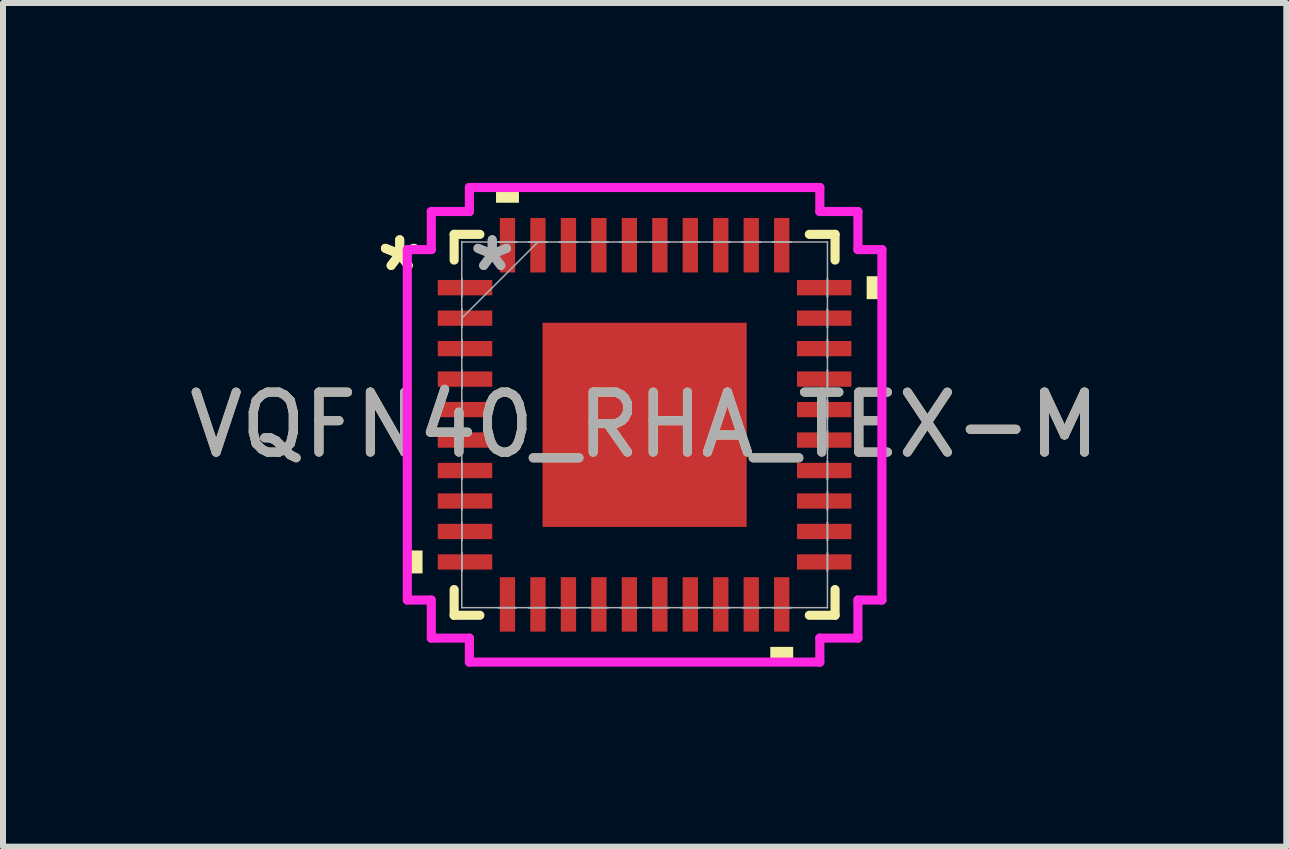
<source format=kicad_pcb>
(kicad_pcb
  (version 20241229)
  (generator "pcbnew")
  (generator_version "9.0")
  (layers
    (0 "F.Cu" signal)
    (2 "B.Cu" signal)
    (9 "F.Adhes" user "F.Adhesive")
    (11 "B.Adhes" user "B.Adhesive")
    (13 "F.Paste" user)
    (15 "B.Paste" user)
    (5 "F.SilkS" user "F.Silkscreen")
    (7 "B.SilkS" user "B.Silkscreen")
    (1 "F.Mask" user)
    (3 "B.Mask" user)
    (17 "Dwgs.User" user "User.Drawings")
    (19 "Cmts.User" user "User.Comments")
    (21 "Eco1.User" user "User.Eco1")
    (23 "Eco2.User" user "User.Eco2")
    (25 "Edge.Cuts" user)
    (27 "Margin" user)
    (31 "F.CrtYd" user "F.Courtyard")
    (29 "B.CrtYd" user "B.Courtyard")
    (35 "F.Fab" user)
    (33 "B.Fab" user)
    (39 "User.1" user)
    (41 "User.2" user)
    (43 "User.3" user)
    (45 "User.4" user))
  (footprint "VQFN40_RHA_TEX-M"
    (layer "F.Cu")
    (at 7.696 4.032)
    (property "Reference" "VQFN40_RHA_TEX-M" (at 0 0 0) (unlocked yes) (layer "F.SilkS") (effects (font (size 1 1) (thickness 0.15))))
    (attr smd)
    (fp_line (start -3.175 -3.175) (end -3.175 -2.746) (stroke (width 0.152) (type solid)) (layer "F.SilkS"))
    (fp_line (start -3.175 2.746) (end -3.175 3.175) (stroke (width 0.152) (type solid)) (layer "F.SilkS"))
    (fp_line (start -3.175 3.175) (end -2.746 3.175) (stroke (width 0.152) (type solid)) (layer "F.SilkS"))
    (fp_line (start -2.746 -3.175) (end -3.175 -3.175) (stroke (width 0.152) (type solid)) (layer "F.SilkS"))
    (fp_line (start 2.746 3.175) (end 3.175 3.175) (stroke (width 0.152) (type solid)) (layer "F.SilkS"))
    (fp_line (start 3.175 -3.175) (end 2.746 -3.175) (stroke (width 0.152) (type solid)) (layer "F.SilkS"))
    (fp_line (start 3.175 -2.746) (end 3.175 -3.175) (stroke (width 0.152) (type solid)) (layer "F.SilkS"))
    (fp_line (start 3.175 3.175) (end 3.175 2.746) (stroke (width 0.152) (type solid)) (layer "F.SilkS"))
    (fp_poly (pts (xy -3.956 2.095) (xy -3.956 2.477) (xy -3.702 2.477) (xy -3.702 2.095)) (stroke (width 0) (type solid)) (fill yes) (layer "F.SilkS"))
    (fp_poly (pts (xy -2.477 -3.702) (xy -2.477 -3.956) (xy -2.095 -3.956) (xy -2.095 -3.702)) (stroke (width 0) (type solid)) (fill yes) (layer "F.SilkS"))
    (fp_poly (pts (xy 2.095 3.702) (xy 2.095 3.956) (xy 2.477 3.956) (xy 2.477 3.702)) (stroke (width 0) (type solid)) (fill yes) (layer "F.SilkS"))
    (fp_poly (pts (xy 3.956 -2.477) (xy 3.956 -2.095) (xy 3.702 -2.095) (xy 3.702 -2.477)) (stroke (width 0) (type solid)) (fill yes) (layer "F.SilkS"))
    (fp_poly (pts (xy -1.602 -1.602) (xy -1.602 -0.1) (xy -0.1 -0.1) (xy -0.1 -1.602)) (stroke (width 0) (type solid)) (fill yes) (layer "F.Paste"))
    (fp_poly (pts (xy -1.602 0.1) (xy -1.602 1.602) (xy -0.1 1.602) (xy -0.1 0.1)) (stroke (width 0) (type solid)) (fill yes) (layer "F.Paste"))
    (fp_poly (pts (xy 0.1 -1.602) (xy 0.1 -0.1) (xy 1.602 -0.1) (xy 1.602 -1.602)) (stroke (width 0) (type solid)) (fill yes) (layer "F.Paste"))
    (fp_poly (pts (xy 0.1 0.1) (xy 0.1 1.602) (xy 1.602 1.602) (xy 1.602 0.1)) (stroke (width 0) (type solid)) (fill yes) (layer "F.Paste"))
    (fp_line (start -3.956 -2.921) (end -3.556 -2.921) (stroke (width 0.152) (type solid)) (layer "F.CrtYd"))
    (fp_line (start -3.956 2.921) (end -3.956 -2.921) (stroke (width 0.152) (type solid)) (layer "F.CrtYd"))
    (fp_line (start -3.556 -3.556) (end -2.921 -3.556) (stroke (width 0.152) (type solid)) (layer "F.CrtYd"))
    (fp_line (start -3.556 -2.921) (end -3.556 -3.556) (stroke (width 0.152) (type solid)) (layer "F.CrtYd"))
    (fp_line (start -3.556 2.921) (end -3.956 2.921) (stroke (width 0.152) (type solid)) (layer "F.CrtYd"))
    (fp_line (start -3.556 3.556) (end -3.556 2.921) (stroke (width 0.152) (type solid)) (layer "F.CrtYd"))
    (fp_line (start -2.921 -3.956) (end 2.921 -3.956) (stroke (width 0.152) (type solid)) (layer "F.CrtYd"))
    (fp_line (start -2.921 -3.556) (end -2.921 -3.956) (stroke (width 0.152) (type solid)) (layer "F.CrtYd"))
    (fp_line (start -2.921 3.556) (end -3.556 3.556) (stroke (width 0.152) (type solid)) (layer "F.CrtYd"))
    (fp_line (start -2.921 3.956) (end -2.921 3.556) (stroke (width 0.152) (type solid)) (layer "F.CrtYd"))
    (fp_line (start 2.921 -3.956) (end 2.921 -3.556) (stroke (width 0.152) (type solid)) (layer "F.CrtYd"))
    (fp_line (start 2.921 -3.556) (end 3.556 -3.556) (stroke (width 0.152) (type solid)) (layer "F.CrtYd"))
    (fp_line (start 2.921 3.556) (end 2.921 3.956) (stroke (width 0.152) (type solid)) (layer "F.CrtYd"))
    (fp_line (start 2.921 3.956) (end -2.921 3.956) (stroke (width 0.152) (type solid)) (layer "F.CrtYd"))
    (fp_line (start 3.556 -3.556) (end 3.556 -2.921) (stroke (width 0.152) (type solid)) (layer "F.CrtYd"))
    (fp_line (start 3.556 -2.921) (end 3.956 -2.921) (stroke (width 0.152) (type solid)) (layer "F.CrtYd"))
    (fp_line (start 3.556 2.921) (end 3.556 3.556) (stroke (width 0.152) (type solid)) (layer "F.CrtYd"))
    (fp_line (start 3.556 3.556) (end 2.921 3.556) (stroke (width 0.152) (type solid)) (layer "F.CrtYd"))
    (fp_line (start 3.956 -2.921) (end 3.956 2.921) (stroke (width 0.152) (type solid)) (layer "F.CrtYd"))
    (fp_line (start 3.956 2.921) (end 3.556 2.921) (stroke (width 0.152) (type solid)) (layer "F.CrtYd"))
    (fp_line (start -3.048 -3.048) (end -3.048 -3.048) (stroke (width 0.025) (type solid)) (layer "F.Fab"))
    (fp_line (start -3.048 -3.048) (end -3.048 3.048) (stroke (width 0.025) (type solid)) (layer "F.Fab"))
    (fp_line (start -3.048 -2.438) (end -3.048 -2.438) (stroke (width 0.025) (type solid)) (layer "F.Fab"))
    (fp_line (start -3.048 -2.438) (end -3.048 -2.134) (stroke (width 0.025) (type solid)) (layer "F.Fab"))
    (fp_line (start -3.048 -2.134) (end -3.048 -2.438) (stroke (width 0.025) (type solid)) (layer "F.Fab"))
    (fp_line (start -3.048 -2.134) (end -3.048 -2.134) (stroke (width 0.025) (type solid)) (layer "F.Fab"))
    (fp_line (start -3.048 -1.93) (end -3.048 -1.93) (stroke (width 0.025) (type solid)) (layer "F.Fab"))
    (fp_line (start -3.048 -1.93) (end -3.048 -1.626) (stroke (width 0.025) (type solid)) (layer "F.Fab"))
    (fp_line (start -3.048 -1.778) (end -1.778 -3.048) (stroke (width 0.025) (type solid)) (layer "F.Fab"))
    (fp_line (start -3.048 -1.626) (end -3.048 -1.93) (stroke (width 0.025) (type solid)) (layer "F.Fab"))
    (fp_line (start -3.048 -1.626) (end -3.048 -1.626) (stroke (width 0.025) (type solid)) (layer "F.Fab"))
    (fp_line (start -3.048 -1.422) (end -3.048 -1.422) (stroke (width 0.025) (type solid)) (layer "F.Fab"))
    (fp_line (start -3.048 -1.422) (end -3.048 -1.118) (stroke (width 0.025) (type solid)) (layer "F.Fab"))
    (fp_line (start -3.048 -1.118) (end -3.048 -1.422) (stroke (width 0.025) (type solid)) (layer "F.Fab"))
    (fp_line (start -3.048 -1.118) (end -3.048 -1.118) (stroke (width 0.025) (type solid)) (layer "F.Fab"))
    (fp_line (start -3.048 -0.914) (end -3.048 -0.914) (stroke (width 0.025) (type solid)) (layer "F.Fab"))
    (fp_line (start -3.048 -0.914) (end -3.048 -0.61) (stroke (width 0.025) (type solid)) (layer "F.Fab"))
    (fp_line (start -3.048 -0.61) (end -3.048 -0.914) (stroke (width 0.025) (type solid)) (layer "F.Fab"))
    (fp_line (start -3.048 -0.61) (end -3.048 -0.61) (stroke (width 0.025) (type solid)) (layer "F.Fab"))
    (fp_line (start -3.048 -0.406) (end -3.048 -0.406) (stroke (width 0.025) (type solid)) (layer "F.Fab"))
    (fp_line (start -3.048 -0.406) (end -3.048 -0.102) (stroke (width 0.025) (type solid)) (layer "F.Fab"))
    (fp_line (start -3.048 -0.102) (end -3.048 -0.406) (stroke (width 0.025) (type solid)) (layer "F.Fab"))
    (fp_line (start -3.048 -0.102) (end -3.048 -0.102) (stroke (width 0.025) (type solid)) (layer "F.Fab"))
    (fp_line (start -3.048 0.102) (end -3.048 0.102) (stroke (width 0.025) (type solid)) (layer "F.Fab"))
    (fp_line (start -3.048 0.102) (end -3.048 0.406) (stroke (width 0.025) (type solid)) (layer "F.Fab"))
    (fp_line (start -3.048 0.406) (end -3.048 0.102) (stroke (width 0.025) (type solid)) (layer "F.Fab"))
    (fp_line (start -3.048 0.406) (end -3.048 0.406) (stroke (width 0.025) (type solid)) (layer "F.Fab"))
    (fp_line (start -3.048 0.61) (end -3.048 0.61) (stroke (width 0.025) (type solid)) (layer "F.Fab"))
    (fp_line (start -3.048 0.61) (end -3.048 0.914) (stroke (width 0.025) (type solid)) (layer "F.Fab"))
    (fp_line (start -3.048 0.914) (end -3.048 0.61) (stroke (width 0.025) (type solid)) (layer "F.Fab"))
    (fp_line (start -3.048 0.914) (end -3.048 0.914) (stroke (width 0.025) (type solid)) (layer "F.Fab"))
    (fp_line (start -3.048 1.118) (end -3.048 1.118) (stroke (width 0.025) (type solid)) (layer "F.Fab"))
    (fp_line (start -3.048 1.118) (end -3.048 1.422) (stroke (width 0.025) (type solid)) (layer "F.Fab"))
    (fp_line (start -3.048 1.422) (end -3.048 1.118) (stroke (width 0.025) (type solid)) (layer "F.Fab"))
    (fp_line (start -3.048 1.422) (end -3.048 1.422) (stroke (width 0.025) (type solid)) (layer "F.Fab"))
    (fp_line (start -3.048 1.626) (end -3.048 1.626) (stroke (width 0.025) (type solid)) (layer "F.Fab"))
    (fp_line (start -3.048 1.626) (end -3.048 1.93) (stroke (width 0.025) (type solid)) (layer "F.Fab"))
    (fp_line (start -3.048 1.93) (end -3.048 1.626) (stroke (width 0.025) (type solid)) (layer "F.Fab"))
    (fp_line (start -3.048 1.93) (end -3.048 1.93) (stroke (width 0.025) (type solid)) (layer "F.Fab"))
    (fp_line (start -3.048 2.134) (end -3.048 2.134) (stroke (width 0.025) (type solid)) (layer "F.Fab"))
    (fp_line (start -3.048 2.134) (end -3.048 2.438) (stroke (width 0.025) (type solid)) (layer "F.Fab"))
    (fp_line (start -3.048 2.438) (end -3.048 2.134) (stroke (width 0.025) (type solid)) (layer "F.Fab"))
    (fp_line (start -3.048 2.438) (end -3.048 2.438) (stroke (width 0.025) (type solid)) (layer "F.Fab"))
    (fp_line (start -3.048 3.048) (end -3.048 3.048) (stroke (width 0.025) (type solid)) (layer "F.Fab"))
    (fp_line (start -3.048 3.048) (end 3.048 3.048) (stroke (width 0.025) (type solid)) (layer "F.Fab"))
    (fp_line (start -2.438 -3.048) (end -2.438 -3.048) (stroke (width 0.025) (type solid)) (layer "F.Fab"))
    (fp_line (start -2.438 -3.048) (end -2.134 -3.048) (stroke (width 0.025) (type solid)) (layer "F.Fab"))
    (fp_line (start -2.438 3.048) (end -2.438 3.048) (stroke (width 0.025) (type solid)) (layer "F.Fab"))
    (fp_line (start -2.438 3.048) (end -2.134 3.048) (stroke (width 0.025) (type solid)) (layer "F.Fab"))
    (fp_line (start -2.134 -3.048) (end -2.438 -3.048) (stroke (width 0.025) (type solid)) (layer "F.Fab"))
    (fp_line (start -2.134 -3.048) (end -2.134 -3.048) (stroke (width 0.025) (type solid)) (layer "F.Fab"))
    (fp_line (start -2.134 3.048) (end -2.438 3.048) (stroke (width 0.025) (type solid)) (layer "F.Fab"))
    (fp_line (start -2.134 3.048) (end -2.134 3.048) (stroke (width 0.025) (type solid)) (layer "F.Fab"))
    (fp_line (start -1.93 -3.048) (end -1.93 -3.048) (stroke (width 0.025) (type solid)) (layer "F.Fab"))
    (fp_line (start -1.93 -3.048) (end -1.626 -3.048) (stroke (width 0.025) (type solid)) (layer "F.Fab"))
    (fp_line (start -1.93 3.048) (end -1.93 3.048) (stroke (width 0.025) (type solid)) (layer "F.Fab"))
    (fp_line (start -1.93 3.048) (end -1.626 3.048) (stroke (width 0.025) (type solid)) (layer "F.Fab"))
    (fp_line (start -1.626 -3.048) (end -1.93 -3.048) (stroke (width 0.025) (type solid)) (layer "F.Fab"))
    (fp_line (start -1.626 -3.048) (end -1.626 -3.048) (stroke (width 0.025) (type solid)) (layer "F.Fab"))
    (fp_line (start -1.626 3.048) (end -1.93 3.048) (stroke (width 0.025) (type solid)) (layer "F.Fab"))
    (fp_line (start -1.626 3.048) (end -1.626 3.048) (stroke (width 0.025) (type solid)) (layer "F.Fab"))
    (fp_line (start -1.422 -3.048) (end -1.422 -3.048) (stroke (width 0.025) (type solid)) (layer "F.Fab"))
    (fp_line (start -1.422 -3.048) (end -1.118 -3.048) (stroke (width 0.025) (type solid)) (layer "F.Fab"))
    (fp_line (start -1.422 3.048) (end -1.422 3.048) (stroke (width 0.025) (type solid)) (layer "F.Fab"))
    (fp_line (start -1.422 3.048) (end -1.118 3.048) (stroke (width 0.025) (type solid)) (layer "F.Fab"))
    (fp_line (start -1.118 -3.048) (end -1.422 -3.048) (stroke (width 0.025) (type solid)) (layer "F.Fab"))
    (fp_line (start -1.118 -3.048) (end -1.118 -3.048) (stroke (width 0.025) (type solid)) (layer "F.Fab"))
    (fp_line (start -1.118 3.048) (end -1.422 3.048) (stroke (width 0.025) (type solid)) (layer "F.Fab"))
    (fp_line (start -1.118 3.048) (end -1.118 3.048) (stroke (width 0.025) (type solid)) (layer "F.Fab"))
    (fp_line (start -0.914 -3.048) (end -0.914 -3.048) (stroke (width 0.025) (type solid)) (layer "F.Fab"))
    (fp_line (start -0.914 -3.048) (end -0.61 -3.048) (stroke (width 0.025) (type solid)) (layer "F.Fab"))
    (fp_line (start -0.914 3.048) (end -0.914 3.048) (stroke (width 0.025) (type solid)) (layer "F.Fab"))
    (fp_line (start -0.914 3.048) (end -0.61 3.048) (stroke (width 0.025) (type solid)) (layer "F.Fab"))
    (fp_line (start -0.61 -3.048) (end -0.914 -3.048) (stroke (width 0.025) (type solid)) (layer "F.Fab"))
    (fp_line (start -0.61 -3.048) (end -0.61 -3.048) (stroke (width 0.025) (type solid)) (layer "F.Fab"))
    (fp_line (start -0.61 3.048) (end -0.914 3.048) (stroke (width 0.025) (type solid)) (layer "F.Fab"))
    (fp_line (start -0.61 3.048) (end -0.61 3.048) (stroke (width 0.025) (type solid)) (layer "F.Fab"))
    (fp_line (start -0.406 -3.048) (end -0.406 -3.048) (stroke (width 0.025) (type solid)) (layer "F.Fab"))
    (fp_line (start -0.406 -3.048) (end -0.102 -3.048) (stroke (width 0.025) (type solid)) (layer "F.Fab"))
    (fp_line (start -0.406 3.048) (end -0.406 3.048) (stroke (width 0.025) (type solid)) (layer "F.Fab"))
    (fp_line (start -0.406 3.048) (end -0.102 3.048) (stroke (width 0.025) (type solid)) (layer "F.Fab"))
    (fp_line (start -0.102 -3.048) (end -0.406 -3.048) (stroke (width 0.025) (type solid)) (layer "F.Fab"))
    (fp_line (start -0.102 -3.048) (end -0.102 -3.048) (stroke (width 0.025) (type solid)) (layer "F.Fab"))
    (fp_line (start -0.102 3.048) (end -0.406 3.048) (stroke (width 0.025) (type solid)) (layer "F.Fab"))
    (fp_line (start -0.102 3.048) (end -0.102 3.048) (stroke (width 0.025) (type solid)) (layer "F.Fab"))
    (fp_line (start 0.102 -3.048) (end 0.102 -3.048) (stroke (width 0.025) (type solid)) (layer "F.Fab"))
    (fp_line (start 0.102 -3.048) (end 0.406 -3.048) (stroke (width 0.025) (type solid)) (layer "F.Fab"))
    (fp_line (start 0.102 3.048) (end 0.102 3.048) (stroke (width 0.025) (type solid)) (layer "F.Fab"))
    (fp_line (start 0.102 3.048) (end 0.406 3.048) (stroke (width 0.025) (type solid)) (layer "F.Fab"))
    (fp_line (start 0.406 -3.048) (end 0.102 -3.048) (stroke (width 0.025) (type solid)) (layer "F.Fab"))
    (fp_line (start 0.406 -3.048) (end 0.406 -3.048) (stroke (width 0.025) (type solid)) (layer "F.Fab"))
    (fp_line (start 0.406 3.048) (end 0.102 3.048) (stroke (width 0.025) (type solid)) (layer "F.Fab"))
    (fp_line (start 0.406 3.048) (end 0.406 3.048) (stroke (width 0.025) (type solid)) (layer "F.Fab"))
    (fp_line (start 0.61 -3.048) (end 0.61 -3.048) (stroke (width 0.025) (type solid)) (layer "F.Fab"))
    (fp_line (start 0.61 -3.048) (end 0.914 -3.048) (stroke (width 0.025) (type solid)) (layer "F.Fab"))
    (fp_line (start 0.61 3.048) (end 0.61 3.048) (stroke (width 0.025) (type solid)) (layer "F.Fab"))
    (fp_line (start 0.61 3.048) (end 0.914 3.048) (stroke (width 0.025) (type solid)) (layer "F.Fab"))
    (fp_line (start 0.914 -3.048) (end 0.61 -3.048) (stroke (width 0.025) (type solid)) (layer "F.Fab"))
    (fp_line (start 0.914 -3.048) (end 0.914 -3.048) (stroke (width 0.025) (type solid)) (layer "F.Fab"))
    (fp_line (start 0.914 3.048) (end 0.61 3.048) (stroke (width 0.025) (type solid)) (layer "F.Fab"))
    (fp_line (start 0.914 3.048) (end 0.914 3.048) (stroke (width 0.025) (type solid)) (layer "F.Fab"))
    (fp_line (start 1.118 -3.048) (end 1.118 -3.048) (stroke (width 0.025) (type solid)) (layer "F.Fab"))
    (fp_line (start 1.118 -3.048) (end 1.422 -3.048) (stroke (width 0.025) (type solid)) (layer "F.Fab"))
    (fp_line (start 1.118 3.048) (end 1.118 3.048) (stroke (width 0.025) (type solid)) (layer "F.Fab"))
    (fp_line (start 1.118 3.048) (end 1.422 3.048) (stroke (width 0.025) (type solid)) (layer "F.Fab"))
    (fp_line (start 1.422 -3.048) (end 1.118 -3.048) (stroke (width 0.025) (type solid)) (layer "F.Fab"))
    (fp_line (start 1.422 -3.048) (end 1.422 -3.048) (stroke (width 0.025) (type solid)) (layer "F.Fab"))
    (fp_line (start 1.422 3.048) (end 1.118 3.048) (stroke (width 0.025) (type solid)) (layer "F.Fab"))
    (fp_line (start 1.422 3.048) (end 1.422 3.048) (stroke (width 0.025) (type solid)) (layer "F.Fab"))
    (fp_line (start 1.626 -3.048) (end 1.626 -3.048) (stroke (width 0.025) (type solid)) (layer "F.Fab"))
    (fp_line (start 1.626 -3.048) (end 1.93 -3.048) (stroke (width 0.025) (type solid)) (layer "F.Fab"))
    (fp_line (start 1.626 3.048) (end 1.626 3.048) (stroke (width 0.025) (type solid)) (layer "F.Fab"))
    (fp_line (start 1.626 3.048) (end 1.93 3.048) (stroke (width 0.025) (type solid)) (layer "F.Fab"))
    (fp_line (start 1.93 -3.048) (end 1.626 -3.048) (stroke (width 0.025) (type solid)) (layer "F.Fab"))
    (fp_line (start 1.93 -3.048) (end 1.93 -3.048) (stroke (width 0.025) (type solid)) (layer "F.Fab"))
    (fp_line (start 1.93 3.048) (end 1.626 3.048) (stroke (width 0.025) (type solid)) (layer "F.Fab"))
    (fp_line (start 1.93 3.048) (end 1.93 3.048) (stroke (width 0.025) (type solid)) (layer "F.Fab"))
    (fp_line (start 2.134 -3.048) (end 2.134 -3.048) (stroke (width 0.025) (type solid)) (layer "F.Fab"))
    (fp_line (start 2.134 -3.048) (end 2.438 -3.048) (stroke (width 0.025) (type solid)) (layer "F.Fab"))
    (fp_line (start 2.134 3.048) (end 2.134 3.048) (stroke (width 0.025) (type solid)) (layer "F.Fab"))
    (fp_line (start 2.134 3.048) (end 2.438 3.048) (stroke (width 0.025) (type solid)) (layer "F.Fab"))
    (fp_line (start 2.438 -3.048) (end 2.134 -3.048) (stroke (width 0.025) (type solid)) (layer "F.Fab"))
    (fp_line (start 2.438 -3.048) (end 2.438 -3.048) (stroke (width 0.025) (type solid)) (layer "F.Fab"))
    (fp_line (start 2.438 3.048) (end 2.134 3.048) (stroke (width 0.025) (type solid)) (layer "F.Fab"))
    (fp_line (start 2.438 3.048) (end 2.438 3.048) (stroke (width 0.025) (type solid)) (layer "F.Fab"))
    (fp_line (start 3.048 -3.048) (end -3.048 -3.048) (stroke (width 0.025) (type solid)) (layer "F.Fab"))
    (fp_line (start 3.048 -3.048) (end 3.048 -3.048) (stroke (width 0.025) (type solid)) (layer "F.Fab"))
    (fp_line (start 3.048 -2.438) (end 3.048 -2.438) (stroke (width 0.025) (type solid)) (layer "F.Fab"))
    (fp_line (start 3.048 -2.438) (end 3.048 -2.134) (stroke (width 0.025) (type solid)) (layer "F.Fab"))
    (fp_line (start 3.048 -2.134) (end 3.048 -2.438) (stroke (width 0.025) (type solid)) (layer "F.Fab"))
    (fp_line (start 3.048 -2.134) (end 3.048 -2.134) (stroke (width 0.025) (type solid)) (layer "F.Fab"))
    (fp_line (start 3.048 -1.93) (end 3.048 -1.93) (stroke (width 0.025) (type solid)) (layer "F.Fab"))
    (fp_line (start 3.048 -1.93) (end 3.048 -1.626) (stroke (width 0.025) (type solid)) (layer "F.Fab"))
    (fp_line (start 3.048 -1.626) (end 3.048 -1.93) (stroke (width 0.025) (type solid)) (layer "F.Fab"))
    (fp_line (start 3.048 -1.626) (end 3.048 -1.626) (stroke (width 0.025) (type solid)) (layer "F.Fab"))
    (fp_line (start 3.048 -1.422) (end 3.048 -1.422) (stroke (width 0.025) (type solid)) (layer "F.Fab"))
    (fp_line (start 3.048 -1.422) (end 3.048 -1.118) (stroke (width 0.025) (type solid)) (layer "F.Fab"))
    (fp_line (start 3.048 -1.118) (end 3.048 -1.422) (stroke (width 0.025) (type solid)) (layer "F.Fab"))
    (fp_line (start 3.048 -1.118) (end 3.048 -1.118) (stroke (width 0.025) (type solid)) (layer "F.Fab"))
    (fp_line (start 3.048 -0.914) (end 3.048 -0.914) (stroke (width 0.025) (type solid)) (layer "F.Fab"))
    (fp_line (start 3.048 -0.914) (end 3.048 -0.61) (stroke (width 0.025) (type solid)) (layer "F.Fab"))
    (fp_line (start 3.048 -0.61) (end 3.048 -0.914) (stroke (width 0.025) (type solid)) (layer "F.Fab"))
    (fp_line (start 3.048 -0.61) (end 3.048 -0.61) (stroke (width 0.025) (type solid)) (layer "F.Fab"))
    (fp_line (start 3.048 -0.406) (end 3.048 -0.406) (stroke (width 0.025) (type solid)) (layer "F.Fab"))
    (fp_line (start 3.048 -0.406) (end 3.048 -0.102) (stroke (width 0.025) (type solid)) (layer "F.Fab"))
    (fp_line (start 3.048 -0.102) (end 3.048 -0.406) (stroke (width 0.025) (type solid)) (layer "F.Fab"))
    (fp_line (start 3.048 -0.102) (end 3.048 -0.102) (stroke (width 0.025) (type solid)) (layer "F.Fab"))
    (fp_line (start 3.048 0.102) (end 3.048 0.102) (stroke (width 0.025) (type solid)) (layer "F.Fab"))
    (fp_line (start 3.048 0.102) (end 3.048 0.406) (stroke (width 0.025) (type solid)) (layer "F.Fab"))
    (fp_line (start 3.048 0.406) (end 3.048 0.102) (stroke (width 0.025) (type solid)) (layer "F.Fab"))
    (fp_line (start 3.048 0.406) (end 3.048 0.406) (stroke (width 0.025) (type solid)) (layer "F.Fab"))
    (fp_line (start 3.048 0.61) (end 3.048 0.61) (stroke (width 0.025) (type solid)) (layer "F.Fab"))
    (fp_line (start 3.048 0.61) (end 3.048 0.914) (stroke (width 0.025) (type solid)) (layer "F.Fab"))
    (fp_line (start 3.048 0.914) (end 3.048 0.61) (stroke (width 0.025) (type solid)) (layer "F.Fab"))
    (fp_line (start 3.048 0.914) (end 3.048 0.914) (stroke (width 0.025) (type solid)) (layer "F.Fab"))
    (fp_line (start 3.048 1.118) (end 3.048 1.118) (stroke (width 0.025) (type solid)) (layer "F.Fab"))
    (fp_line (start 3.048 1.118) (end 3.048 1.422) (stroke (width 0.025) (type solid)) (layer "F.Fab"))
    (fp_line (start 3.048 1.422) (end 3.048 1.118) (stroke (width 0.025) (type solid)) (layer "F.Fab"))
    (fp_line (start 3.048 1.422) (end 3.048 1.422) (stroke (width 0.025) (type solid)) (layer "F.Fab"))
    (fp_line (start 3.048 1.626) (end 3.048 1.626) (stroke (width 0.025) (type solid)) (layer "F.Fab"))
    (fp_line (start 3.048 1.626) (end 3.048 1.93) (stroke (width 0.025) (type solid)) (layer "F.Fab"))
    (fp_line (start 3.048 1.93) (end 3.048 1.626) (stroke (width 0.025) (type solid)) (layer "F.Fab"))
    (fp_line (start 3.048 1.93) (end 3.048 1.93) (stroke (width 0.025) (type solid)) (layer "F.Fab"))
    (fp_line (start 3.048 2.134) (end 3.048 2.134) (stroke (width 0.025) (type solid)) (layer "F.Fab"))
    (fp_line (start 3.048 2.134) (end 3.048 2.438) (stroke (width 0.025) (type solid)) (layer "F.Fab"))
    (fp_line (start 3.048 2.438) (end 3.048 2.134) (stroke (width 0.025) (type solid)) (layer "F.Fab"))
    (fp_line (start 3.048 2.438) (end 3.048 2.438) (stroke (width 0.025) (type solid)) (layer "F.Fab"))
    (fp_line (start 3.048 3.048) (end 3.048 -3.048) (stroke (width 0.025) (type solid)) (layer "F.Fab"))
    (fp_line (start 3.048 3.048) (end 3.048 3.048) (stroke (width 0.025) (type solid)) (layer "F.Fab"))
    (fp_text user "*" (at -4.083 -2.54 0) (unlocked yes) (layer "F.SilkS") (effects (font (size 1 1) (thickness 0.15))))
    (fp_text user "*" (at -4.083 -2.54 0) (layer "F.SilkS") (effects (font (size 1 1) (thickness 0.15))))
    (fp_text user "*" (at -2.54 -2.54 0) (layer "F.Fab") (effects (font (size 1 1) (thickness 0.15))))
    (fp_text user "*" (at -2.54 -2.54 0) (unlocked yes) (layer "F.Fab") (effects (font (size 1 1) (thickness 0.15))))
    (fp_text user "${REFERENCE}" (at 0 0 0) (unlocked yes) (layer "F.Fab") (effects (font (size 1 1) (thickness 0.15))))
    (pad "1" smd rect (at -2.994 -2.286 90) (size 0.255 0.908) (layers "F.Cu" "F.Mask" "F.Paste"))
    (pad "2" smd rect (at -2.994 -1.778 90) (size 0.255 0.908) (layers "F.Cu" "F.Mask" "F.Paste"))
    (pad "3" smd rect (at -2.994 -1.27 90) (size 0.255 0.908) (layers "F.Cu" "F.Mask" "F.Paste"))
    (pad "4" smd rect (at -2.994 -0.762 90) (size 0.255 0.908) (layers "F.Cu" "F.Mask" "F.Paste"))
    (pad "5" smd rect (at -2.994 -0.254 90) (size 0.255 0.908) (layers "F.Cu" "F.Mask" "F.Paste"))
    (pad "6" smd rect (at -2.994 0.254 90) (size 0.255 0.908) (layers "F.Cu" "F.Mask" "F.Paste"))
    (pad "7" smd rect (at -2.994 0.762 90) (size 0.255 0.908) (layers "F.Cu" "F.Mask" "F.Paste"))
    (pad "8" smd rect (at -2.994 1.27 90) (size 0.255 0.908) (layers "F.Cu" "F.Mask" "F.Paste"))
    (pad "9" smd rect (at -2.994 1.778 90) (size 0.255 0.908) (layers "F.Cu" "F.Mask" "F.Paste"))
    (pad "10" smd rect (at -2.994 2.286 90) (size 0.255 0.908) (layers "F.Cu" "F.Mask" "F.Paste"))
    (pad "11" smd rect (at -2.286 2.994) (size 0.255 0.908) (layers "F.Cu" "F.Mask" "F.Paste"))
    (pad "12" smd rect (at -1.778 2.994) (size 0.255 0.908) (layers "F.Cu" "F.Mask" "F.Paste"))
    (pad "13" smd rect (at -1.27 2.994) (size 0.255 0.908) (layers "F.Cu" "F.Mask" "F.Paste"))
    (pad "14" smd rect (at -0.762 2.994) (size 0.255 0.908) (layers "F.Cu" "F.Mask" "F.Paste"))
    (pad "15" smd rect (at -0.254 2.994) (size 0.255 0.908) (layers "F.Cu" "F.Mask" "F.Paste"))
    (pad "16" smd rect (at 0.254 2.994) (size 0.255 0.908) (layers "F.Cu" "F.Mask" "F.Paste"))
    (pad "17" smd rect (at 0.762 2.994) (size 0.255 0.908) (layers "F.Cu" "F.Mask" "F.Paste"))
    (pad "18" smd rect (at 1.27 2.994) (size 0.255 0.908) (layers "F.Cu" "F.Mask" "F.Paste"))
    (pad "19" smd rect (at 1.778 2.994) (size 0.255 0.908) (layers "F.Cu" "F.Mask" "F.Paste"))
    (pad "20" smd rect (at 2.286 2.994) (size 0.255 0.908) (layers "F.Cu" "F.Mask" "F.Paste"))
    (pad "21" smd rect (at 2.994 2.286 90) (size 0.255 0.908) (layers "F.Cu" "F.Mask" "F.Paste"))
    (pad "22" smd rect (at 2.994 1.778 90) (size 0.255 0.908) (layers "F.Cu" "F.Mask" "F.Paste"))
    (pad "23" smd rect (at 2.994 1.27 90) (size 0.255 0.908) (layers "F.Cu" "F.Mask" "F.Paste"))
    (pad "24" smd rect (at 2.994 0.762 90) (size 0.255 0.908) (layers "F.Cu" "F.Mask" "F.Paste"))
    (pad "25" smd rect (at 2.994 0.254 90) (size 0.255 0.908) (layers "F.Cu" "F.Mask" "F.Paste"))
    (pad "26" smd rect (at 2.994 -0.254 90) (size 0.255 0.908) (layers "F.Cu" "F.Mask" "F.Paste"))
    (pad "27" smd rect (at 2.994 -0.762 90) (size 0.255 0.908) (layers "F.Cu" "F.Mask" "F.Paste"))
    (pad "28" smd rect (at 2.994 -1.27 90) (size 0.255 0.908) (layers "F.Cu" "F.Mask" "F.Paste"))
    (pad "29" smd rect (at 2.994 -1.778 90) (size 0.255 0.908) (layers "F.Cu" "F.Mask" "F.Paste"))
    (pad "30" smd rect (at 2.994 -2.286 90) (size 0.255 0.908) (layers "F.Cu" "F.Mask" "F.Paste"))
    (pad "31" smd rect (at 2.286 -2.994) (size 0.255 0.908) (layers "F.Cu" "F.Mask" "F.Paste"))
    (pad "32" smd rect (at 1.778 -2.994) (size 0.255 0.908) (layers "F.Cu" "F.Mask" "F.Paste"))
    (pad "33" smd rect (at 1.27 -2.994) (size 0.255 0.908) (layers "F.Cu" "F.Mask" "F.Paste"))
    (pad "34" smd rect (at 0.762 -2.994) (size 0.255 0.908) (layers "F.Cu" "F.Mask" "F.Paste"))
    (pad "35" smd rect (at 0.254 -2.994) (size 0.255 0.908) (layers "F.Cu" "F.Mask" "F.Paste"))
    (pad "36" smd rect (at -0.254 -2.994) (size 0.255 0.908) (layers "F.Cu" "F.Mask" "F.Paste"))
    (pad "37" smd rect (at -0.762 -2.994) (size 0.255 0.908) (layers "F.Cu" "F.Mask" "F.Paste"))
    (pad "38" smd rect (at -1.27 -2.994) (size 0.255 0.908) (layers "F.Cu" "F.Mask" "F.Paste"))
    (pad "39" smd rect (at -1.778 -2.994) (size 0.255 0.908) (layers "F.Cu" "F.Mask" "F.Paste"))
    (pad "40" smd rect (at -2.286 -2.994) (size 0.255 0.908) (layers "F.Cu" "F.Mask" "F.Paste"))
    (pad "41" smd rect (at 0 0) (size 3.404 3.404) (layers "F.Cu" "F.Mask" "F.Paste")))
  (gr_rect
    (start -3 -3)
    (end 18.393 11.064)
    (stroke (width 0.1) (type default))
    (fill no)
    (layer "Edge.Cuts")))
</source>
